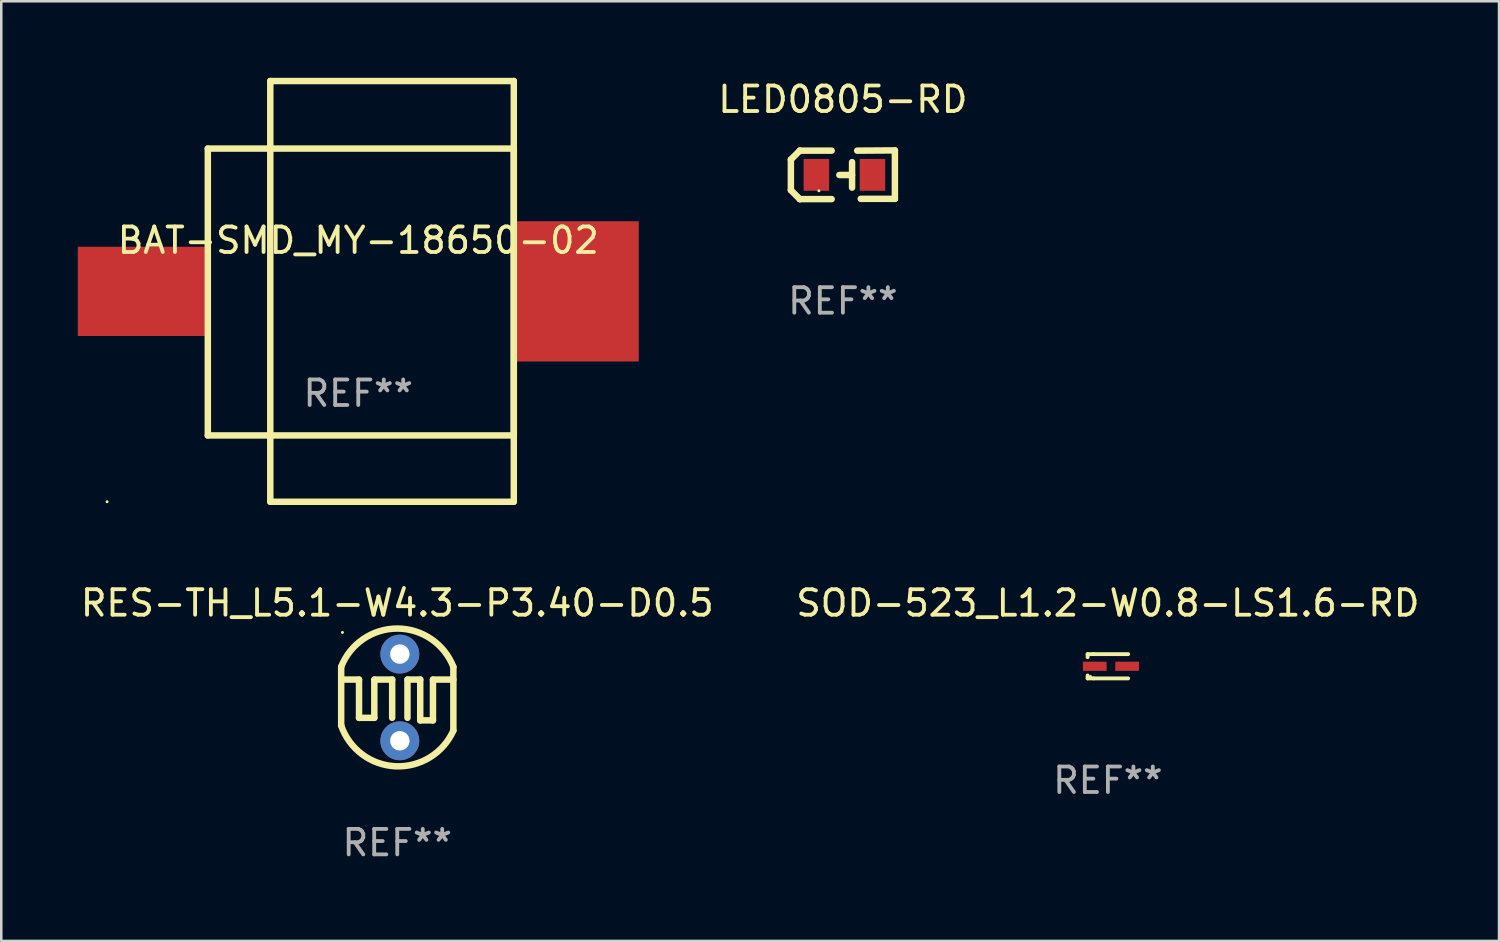
<source format=kicad_pcb>
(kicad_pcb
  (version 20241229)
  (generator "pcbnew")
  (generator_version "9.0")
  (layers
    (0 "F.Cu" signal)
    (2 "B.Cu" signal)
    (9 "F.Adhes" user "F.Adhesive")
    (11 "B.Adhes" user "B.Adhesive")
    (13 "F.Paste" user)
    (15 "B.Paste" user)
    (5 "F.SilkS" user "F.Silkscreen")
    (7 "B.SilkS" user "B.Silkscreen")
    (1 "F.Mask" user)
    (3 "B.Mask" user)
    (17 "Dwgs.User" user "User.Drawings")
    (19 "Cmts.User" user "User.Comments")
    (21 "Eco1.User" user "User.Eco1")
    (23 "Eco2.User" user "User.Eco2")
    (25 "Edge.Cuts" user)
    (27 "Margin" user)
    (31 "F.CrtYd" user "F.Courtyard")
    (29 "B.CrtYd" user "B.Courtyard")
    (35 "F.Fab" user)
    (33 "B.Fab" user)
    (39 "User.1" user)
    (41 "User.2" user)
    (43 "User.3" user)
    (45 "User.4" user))
  (footprint "SOD-523_L1.2-W0.8-LS1.6-RD"
    (layer "F.Cu")
    (at 40.518 23.079)
    (property "Reference" "SOD-523_L1.2-W0.8-LS1.6-RD" (at -0.119 -2.476 0) (layer "F.SilkS") (effects (font (size 1 1) (thickness 0.15))))
    (attr through_hole)
    (fp_line (start -0.914 -0.476) (end -0.914 -0.356) (stroke (width 0.152) (type solid)) (layer "F.SilkS"))
    (fp_line (start -0.914 0.363) (end -0.914 0.476) (stroke (width 0.152) (type solid)) (layer "F.SilkS"))
    (fp_line (start -0.914 0.476) (end -0.676 0.476) (stroke (width 0.152) (type solid)) (layer "F.SilkS"))
    (fp_line (start -0.676 -0.476) (end -0.914 -0.476) (stroke (width 0.152) (type solid)) (layer "F.SilkS"))
    (fp_line (start -0.676 -0.476) (end 0.676 -0.476) (stroke (width 0.152) (type solid)) (layer "F.SilkS"))
    (fp_line (start -0.676 0.476) (end 0.676 0.476) (stroke (width 0.152) (type solid)) (layer "F.SilkS"))
    (fp_circle (center -0.8 0.4) (end -0.77 0.4) (stroke (width 0.06) (type solid)) (fill no) (layer "F.SilkS"))
    (fp_text user "REF**" (at -0.119 4.476 0) (layer "F.Fab") (effects (font (size 1 1) (thickness 0.15))))
    (pad "1" smd rect (at -0.635 0 180) (size 0.93 0.36) (layers "F.Cu" "F.Mask" "F.Paste"))
    (pad "2" smd rect (at 0.635 0 180) (size 0.93 0.36) (layers "F.Cu" "F.Mask" "F.Paste")))
  (footprint "BAT-SMD_MY-18650-02"
    (layer "F.Cu")
    (at 11 8.377)
    (property "Reference" "BAT-SMD_MY-18650-02" (at 0 -2 0) (layer "F.SilkS") (effects (font (size 1 1) (thickness 0.15))))
    (attr through_hole)
    (fp_line (start -5.9 -5.6) (end -5.9 5.65) (stroke (width 0.254) (type solid)) (layer "F.SilkS"))
    (fp_line (start -5.9 5.65) (end 6.1 5.65) (stroke (width 0.254) (type solid)) (layer "F.SilkS"))
    (fp_line (start -3.45 -8.25) (end -3.45 8.25) (stroke (width 0.254) (type solid)) (layer "F.SilkS"))
    (fp_line (start -3.45 8.25) (end 6.1 8.25) (stroke (width 0.254) (type solid)) (layer "F.SilkS"))
    (fp_line (start 6.1 -8.25) (end -3.45 -8.25) (stroke (width 0.254) (type solid)) (layer "F.SilkS"))
    (fp_line (start 6.1 8.25) (end 6.1 -8.25) (stroke (width 0.254) (type solid)) (layer "F.SilkS"))
    (fp_line (start 6.1 -5.6) (end -5.9 -5.6) (stroke (width 0.254) (type solid)) (layer "F.SilkS"))
    (fp_line (start 6.1 5.65) (end 6.1 -5.6) (stroke (width 0.254) (type solid)) (layer "F.SilkS"))
    (fp_circle (center -9.85 8.25) (end -9.82 8.25) (stroke (width 0.06) (type solid)) (fill no) (layer "F.SilkS"))
    (fp_text user "REF**" (at 0 4 0) (layer "F.Fab") (effects (font (size 1 1) (thickness 0.15))))
    (pad "1" smd rect (at -8.5 0) (size 5 3.5) (layers "F.Cu" "F.Mask" "F.Paste"))
    (pad "2" smd rect (at 8.5 0) (size 5 5.5) (layers "F.Cu" "F.Mask" "F.Paste")))
  (footprint "RES-TH_L5.1-W4.3-P3.40-D0.5"
    (layer "F.Cu")
    (at 12.63 24.302)
    (property "Reference" "RES-TH_L5.1-W4.3-P3.40-D0.5" (at -0.1 -3.7 0) (layer "F.SilkS") (effects (font (size 1 1) (thickness 0.15))))
    (attr through_hole)
    (fp_line (start -2.3 -0.7) (end -1.6 -0.7) (stroke (width 0.254) (type solid)) (layer "F.SilkS"))
    (fp_line (start -2.3 1.1) (end -2.3 -1.2) (stroke (width 0.254) (type solid)) (layer "F.SilkS"))
    (fp_line (start -1.6 -0.7) (end -1.6 0.8) (stroke (width 0.254) (type solid)) (layer "F.SilkS"))
    (fp_line (start -1.6 0.8) (end -1 0.8) (stroke (width 0.254) (type solid)) (layer "F.SilkS"))
    (fp_line (start -1 -0.7) (end -0.3 -0.7) (stroke (width 0.254) (type solid)) (layer "F.SilkS"))
    (fp_line (start -1 0.8) (end -1 -0.7) (stroke (width 0.254) (type solid)) (layer "F.SilkS"))
    (fp_line (start -0.3 -0.7) (end -0.3 0.8) (stroke (width 0.254) (type solid)) (layer "F.SilkS"))
    (fp_line (start 0.3 -0.7) (end 0.8 -0.7) (stroke (width 0.254) (type solid)) (layer "F.SilkS"))
    (fp_line (start 0.3 0.8) (end 0.3 -0.7) (stroke (width 0.254) (type solid)) (layer "F.SilkS"))
    (fp_line (start 0.8 -0.7) (end 0.8 0.9) (stroke (width 0.254) (type solid)) (layer "F.SilkS"))
    (fp_line (start 0.8 0.9) (end 1.3 0.9) (stroke (width 0.254) (type solid)) (layer "F.SilkS"))
    (fp_line (start 1.3 -0.7) (end 2.1 -0.7) (stroke (width 0.254) (type solid)) (layer "F.SilkS"))
    (fp_line (start 1.3 0.9) (end 1.3 -0.7) (stroke (width 0.254) (type solid)) (layer "F.SilkS"))
    (fp_line (start 2.1 1.3) (end 2.1 -1.2) (stroke (width 0.254) (type solid)) (layer "F.SilkS"))
    (fp_arc (start -2.301245 -1.199644) (mid -0.10033 -2.701967) (end 2.100585 -1.199645) (stroke (width 0.254001) (type solid)) (layer "F.SilkS"))
    (fp_arc (start 2.100584 1.299721) (mid -0.16872 2.699616) (end -2.301246 1.099059) (stroke (width 0.254001) (type solid)) (layer "F.SilkS"))
    (fp_circle (center -2.25 -2.55) (end -2.22 -2.55) (stroke (width 0.06) (type solid)) (fill no) (layer "F.SilkS"))
    (fp_text user "REF**" (at -0.1 5.7 0) (layer "F.Fab") (effects (font (size 1 1) (thickness 0.15))))
    (pad "1" thru_hole circle (at 0 -1.7) (size 1.524 1.524) (drill 0.762) (layers "*.Cu" "*.Mask"))
    (pad "2" thru_hole circle (at 0 1.7) (size 1.524 1.524) (drill 0.762) (layers "*.Cu" "*.Mask")))
  (footprint "LED0805-RD"
    (layer "F.Cu")
    (at 30.066 3.808)
    (property "Reference" "LED0805-RD" (at -0.06 -2.96 0) (layer "F.SilkS") (effects (font (size 1 1) (thickness 0.15))))
    (attr through_hole)
    (fp_line (start -2.1 -0.6) (end -2.1 0.6) (stroke (width 0.254) (type solid)) (layer "F.SilkS"))
    (fp_line (start -1.75 -0.95) (end -1.75 -0.95) (stroke (width 0.254) (type solid)) (layer "F.SilkS"))
    (fp_line (start -1.75 -0.95) (end -2.1 -0.6) (stroke (width 0.254) (type solid)) (layer "F.SilkS"))
    (fp_line (start -1.75 0.95) (end -2.1 0.6) (stroke (width 0.254) (type solid)) (layer "F.SilkS"))
    (fp_line (start -1.75 0.95) (end -1.75 0.95) (stroke (width 0.254) (type solid)) (layer "F.SilkS"))
    (fp_line (start -0.5 -0.95) (end -1.75 -0.95) (stroke (width 0.254) (type solid)) (layer "F.SilkS"))
    (fp_line (start -0.5 0.95) (end -1.75 0.95) (stroke (width 0.254) (type solid)) (layer "F.SilkS"))
    (fp_line (start 0.3 -0.5) (end 0.3 0.5) (stroke (width 0.254) (type solid)) (layer "F.SilkS"))
    (fp_line (start 0.3 0.005) (end -0.2 0.005) (stroke (width 0.254) (type solid)) (layer "F.SilkS"))
    (fp_line (start 0.5 -0.95) (end 1.98 -0.96) (stroke (width 0.254) (type solid)) (layer "F.SilkS"))
    (fp_line (start 0.64 0.94) (end 1.98 0.94) (stroke (width 0.254) (type solid)) (layer "F.SilkS"))
    (fp_line (start 1.98 -0.96) (end 1.98 0.94) (stroke (width 0.254) (type solid)) (layer "F.SilkS"))
    (fp_circle (center -1 0.625) (end -0.97 0.625) (stroke (width 0.06) (type solid)) (fill no) (layer "F.SilkS"))
    (fp_text user "REF**" (at -0.06 4.95 0) (layer "F.Fab") (effects (font (size 1 1) (thickness 0.15))))
    (pad "1" smd rect (at -1.1 -0.000102 180) (size 1 1.25) (layers "F.Cu" "F.Mask" "F.Paste"))
    (pad "2" smd rect (at 1.1 -0.000102 180) (size 1 1.25) (layers "F.Cu" "F.Mask" "F.Paste")))
  (gr_rect
    (start -3 -3)
    (end 55.738 33.851)
    (stroke (width 0.1) (type default))
    (fill no)
    (layer "Edge.Cuts")))
</source>
